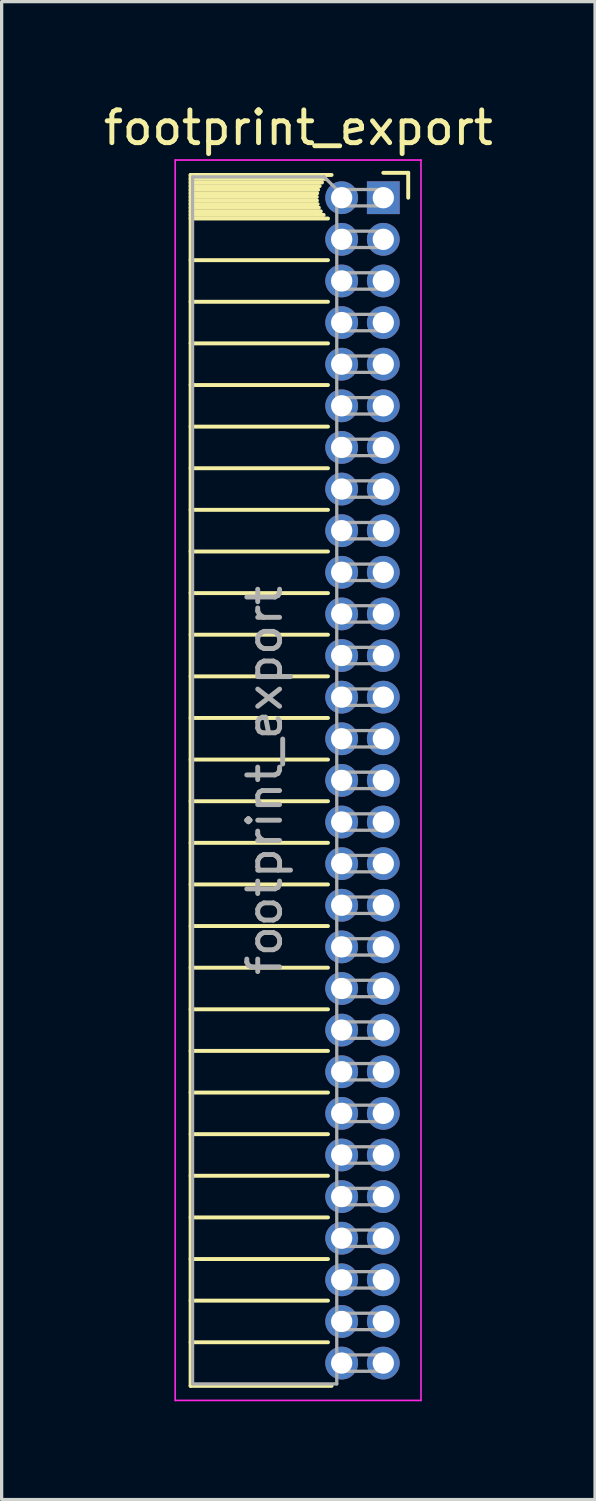
<source format=kicad_pcb>
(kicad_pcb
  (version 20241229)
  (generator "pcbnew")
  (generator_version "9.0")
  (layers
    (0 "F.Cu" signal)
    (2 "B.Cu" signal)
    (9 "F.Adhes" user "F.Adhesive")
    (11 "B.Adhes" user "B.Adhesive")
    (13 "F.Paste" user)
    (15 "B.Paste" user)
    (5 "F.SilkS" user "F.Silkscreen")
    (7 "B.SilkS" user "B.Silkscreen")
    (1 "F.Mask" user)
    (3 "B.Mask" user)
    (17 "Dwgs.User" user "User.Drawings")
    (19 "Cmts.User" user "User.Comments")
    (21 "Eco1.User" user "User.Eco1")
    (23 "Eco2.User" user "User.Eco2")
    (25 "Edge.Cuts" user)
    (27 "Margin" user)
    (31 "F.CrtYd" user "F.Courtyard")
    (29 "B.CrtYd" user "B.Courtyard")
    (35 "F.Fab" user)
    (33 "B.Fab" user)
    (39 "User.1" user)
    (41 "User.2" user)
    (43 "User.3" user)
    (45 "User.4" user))
  (footprint "footprint_export"
    (layer "F.Cu")
    (at 8.646 2.983)
    (property "Reference" "footprint_export" (at -2.592 -2.135 0) (layer "F.SilkS") (effects (font (size 1 1) (thickness 0.15))))
    (attr through_hole)
    (fp_line (start -5.88 -0.695) (end -5.88 36.255) (stroke (width 0.12) (type solid)) (layer "F.SilkS"))
    (fp_line (start -5.88 -0.695) (end -1.578 -0.695) (stroke (width 0.12) (type solid)) (layer "F.SilkS"))
    (fp_line (start -5.88 -0.575) (end -1.767 -0.575) (stroke (width 0.12) (type solid)) (layer "F.SilkS"))
    (fp_line (start -5.88 -0.465) (end -1.871 -0.465) (stroke (width 0.12) (type solid)) (layer "F.SilkS"))
    (fp_line (start -5.88 -0.355) (end -1.942 -0.355) (stroke (width 0.12) (type solid)) (layer "F.SilkS"))
    (fp_line (start -5.88 -0.245) (end -1.989 -0.245) (stroke (width 0.12) (type solid)) (layer "F.SilkS"))
    (fp_line (start -5.88 -0.135) (end -2.018 -0.135) (stroke (width 0.12) (type solid)) (layer "F.SilkS"))
    (fp_line (start -5.88 -0.025) (end -2.03 -0.025) (stroke (width 0.12) (type solid)) (layer "F.SilkS"))
    (fp_line (start -5.88 0.085) (end -2.025 0.085) (stroke (width 0.12) (type solid)) (layer "F.SilkS"))
    (fp_line (start -5.88 0.195) (end -2.005 0.195) (stroke (width 0.12) (type solid)) (layer "F.SilkS"))
    (fp_line (start -5.88 0.305) (end -1.966 0.305) (stroke (width 0.12) (type solid)) (layer "F.SilkS"))
    (fp_line (start -5.88 0.415) (end -1.907 0.415) (stroke (width 0.12) (type solid)) (layer "F.SilkS"))
    (fp_line (start -5.88 0.525) (end -1.82 0.525) (stroke (width 0.12) (type solid)) (layer "F.SilkS"))
    (fp_line (start -5.88 0.635) (end -1.688 0.635) (stroke (width 0.12) (type solid)) (layer "F.SilkS"))
    (fp_line (start -5.88 1.905) (end -1.688 1.905) (stroke (width 0.12) (type solid)) (layer "F.SilkS"))
    (fp_line (start -5.88 3.175) (end -1.688 3.175) (stroke (width 0.12) (type solid)) (layer "F.SilkS"))
    (fp_line (start -5.88 4.445) (end -1.688 4.445) (stroke (width 0.12) (type solid)) (layer "F.SilkS"))
    (fp_line (start -5.88 5.715) (end -1.688 5.715) (stroke (width 0.12) (type solid)) (layer "F.SilkS"))
    (fp_line (start -5.88 6.985) (end -1.688 6.985) (stroke (width 0.12) (type solid)) (layer "F.SilkS"))
    (fp_line (start -5.88 8.255) (end -1.688 8.255) (stroke (width 0.12) (type solid)) (layer "F.SilkS"))
    (fp_line (start -5.88 9.525) (end -1.688 9.525) (stroke (width 0.12) (type solid)) (layer "F.SilkS"))
    (fp_line (start -5.88 10.795) (end -1.688 10.795) (stroke (width 0.12) (type solid)) (layer "F.SilkS"))
    (fp_line (start -5.88 12.065) (end -1.688 12.065) (stroke (width 0.12) (type solid)) (layer "F.SilkS"))
    (fp_line (start -5.88 13.335) (end -1.688 13.335) (stroke (width 0.12) (type solid)) (layer "F.SilkS"))
    (fp_line (start -5.88 14.605) (end -1.688 14.605) (stroke (width 0.12) (type solid)) (layer "F.SilkS"))
    (fp_line (start -5.88 15.875) (end -1.688 15.875) (stroke (width 0.12) (type solid)) (layer "F.SilkS"))
    (fp_line (start -5.88 17.145) (end -1.688 17.145) (stroke (width 0.12) (type solid)) (layer "F.SilkS"))
    (fp_line (start -5.88 18.415) (end -1.688 18.415) (stroke (width 0.12) (type solid)) (layer "F.SilkS"))
    (fp_line (start -5.88 19.685) (end -1.688 19.685) (stroke (width 0.12) (type solid)) (layer "F.SilkS"))
    (fp_line (start -5.88 20.955) (end -1.688 20.955) (stroke (width 0.12) (type solid)) (layer "F.SilkS"))
    (fp_line (start -5.88 22.225) (end -1.688 22.225) (stroke (width 0.12) (type solid)) (layer "F.SilkS"))
    (fp_line (start -5.88 23.495) (end -1.688 23.495) (stroke (width 0.12) (type solid)) (layer "F.SilkS"))
    (fp_line (start -5.88 24.765) (end -1.688 24.765) (stroke (width 0.12) (type solid)) (layer "F.SilkS"))
    (fp_line (start -5.88 26.035) (end -1.688 26.035) (stroke (width 0.12) (type solid)) (layer "F.SilkS"))
    (fp_line (start -5.88 27.305) (end -1.688 27.305) (stroke (width 0.12) (type solid)) (layer "F.SilkS"))
    (fp_line (start -5.88 28.575) (end -1.688 28.575) (stroke (width 0.12) (type solid)) (layer "F.SilkS"))
    (fp_line (start -5.88 29.845) (end -1.688 29.845) (stroke (width 0.12) (type solid)) (layer "F.SilkS"))
    (fp_line (start -5.88 31.115) (end -1.688 31.115) (stroke (width 0.12) (type solid)) (layer "F.SilkS"))
    (fp_line (start -5.88 32.385) (end -1.688 32.385) (stroke (width 0.12) (type solid)) (layer "F.SilkS"))
    (fp_line (start -5.88 33.655) (end -1.688 33.655) (stroke (width 0.12) (type solid)) (layer "F.SilkS"))
    (fp_line (start -5.88 34.925) (end -1.688 34.925) (stroke (width 0.12) (type solid)) (layer "F.SilkS"))
    (fp_line (start -5.88 36.255) (end -1.578 36.255) (stroke (width 0.12) (type solid)) (layer "F.SilkS"))
    (fp_line (start 0 -0.76) (end 0.76 -0.76) (stroke (width 0.12) (type solid)) (layer "F.SilkS"))
    (fp_line (start 0.76 -0.76) (end 0.76 0) (stroke (width 0.12) (type solid)) (layer "F.SilkS"))
    (fp_line (start -6.35 -1.15) (end -6.35 36.7) (stroke (width 0.05) (type solid)) (layer "F.CrtYd"))
    (fp_line (start -6.35 36.7) (end 1.15 36.7) (stroke (width 0.05) (type solid)) (layer "F.CrtYd"))
    (fp_line (start 1.15 -1.15) (end -6.35 -1.15) (stroke (width 0.05) (type solid)) (layer "F.CrtYd"))
    (fp_line (start 1.15 36.7) (end 1.15 -1.15) (stroke (width 0.05) (type solid)) (layer "F.CrtYd"))
    (fp_line (start -5.82 -0.635) (end -1.805 -0.635) (stroke (width 0.1) (type solid)) (layer "F.Fab"))
    (fp_line (start -5.82 36.195) (end -5.82 -0.635) (stroke (width 0.1) (type solid)) (layer "F.Fab"))
    (fp_line (start -1.805 -0.635) (end -1.42 -0.25) (stroke (width 0.1) (type solid)) (layer "F.Fab"))
    (fp_line (start -1.42 -0.25) (end -1.42 36.195) (stroke (width 0.1) (type solid)) (layer "F.Fab"))
    (fp_line (start -1.42 0.25) (end 0 0.25) (stroke (width 0.1) (type solid)) (layer "F.Fab"))
    (fp_line (start -1.42 1.52) (end 0 1.52) (stroke (width 0.1) (type solid)) (layer "F.Fab"))
    (fp_line (start -1.42 2.79) (end 0 2.79) (stroke (width 0.1) (type solid)) (layer "F.Fab"))
    (fp_line (start -1.42 4.06) (end 0 4.06) (stroke (width 0.1) (type solid)) (layer "F.Fab"))
    (fp_line (start -1.42 5.33) (end 0 5.33) (stroke (width 0.1) (type solid)) (layer "F.Fab"))
    (fp_line (start -1.42 6.6) (end 0 6.6) (stroke (width 0.1) (type solid)) (layer "F.Fab"))
    (fp_line (start -1.42 7.87) (end 0 7.87) (stroke (width 0.1) (type solid)) (layer "F.Fab"))
    (fp_line (start -1.42 9.14) (end 0 9.14) (stroke (width 0.1) (type solid)) (layer "F.Fab"))
    (fp_line (start -1.42 10.41) (end 0 10.41) (stroke (width 0.1) (type solid)) (layer "F.Fab"))
    (fp_line (start -1.42 11.68) (end 0 11.68) (stroke (width 0.1) (type solid)) (layer "F.Fab"))
    (fp_line (start -1.42 12.95) (end 0 12.95) (stroke (width 0.1) (type solid)) (layer "F.Fab"))
    (fp_line (start -1.42 14.22) (end 0 14.22) (stroke (width 0.1) (type solid)) (layer "F.Fab"))
    (fp_line (start -1.42 15.49) (end 0 15.49) (stroke (width 0.1) (type solid)) (layer "F.Fab"))
    (fp_line (start -1.42 16.76) (end 0 16.76) (stroke (width 0.1) (type solid)) (layer "F.Fab"))
    (fp_line (start -1.42 18.03) (end 0 18.03) (stroke (width 0.1) (type solid)) (layer "F.Fab"))
    (fp_line (start -1.42 19.3) (end 0 19.3) (stroke (width 0.1) (type solid)) (layer "F.Fab"))
    (fp_line (start -1.42 20.57) (end 0 20.57) (stroke (width 0.1) (type solid)) (layer "F.Fab"))
    (fp_line (start -1.42 21.84) (end 0 21.84) (stroke (width 0.1) (type solid)) (layer "F.Fab"))
    (fp_line (start -1.42 23.11) (end 0 23.11) (stroke (width 0.1) (type solid)) (layer "F.Fab"))
    (fp_line (start -1.42 24.38) (end 0 24.38) (stroke (width 0.1) (type solid)) (layer "F.Fab"))
    (fp_line (start -1.42 25.65) (end 0 25.65) (stroke (width 0.1) (type solid)) (layer "F.Fab"))
    (fp_line (start -1.42 26.92) (end 0 26.92) (stroke (width 0.1) (type solid)) (layer "F.Fab"))
    (fp_line (start -1.42 28.19) (end 0 28.19) (stroke (width 0.1) (type solid)) (layer "F.Fab"))
    (fp_line (start -1.42 29.46) (end 0 29.46) (stroke (width 0.1) (type solid)) (layer "F.Fab"))
    (fp_line (start -1.42 30.73) (end 0 30.73) (stroke (width 0.1) (type solid)) (layer "F.Fab"))
    (fp_line (start -1.42 32) (end 0 32) (stroke (width 0.1) (type solid)) (layer "F.Fab"))
    (fp_line (start -1.42 33.27) (end 0 33.27) (stroke (width 0.1) (type solid)) (layer "F.Fab"))
    (fp_line (start -1.42 34.54) (end 0 34.54) (stroke (width 0.1) (type solid)) (layer "F.Fab"))
    (fp_line (start -1.42 35.81) (end 0 35.81) (stroke (width 0.1) (type solid)) (layer "F.Fab"))
    (fp_line (start -1.42 36.195) (end -5.82 36.195) (stroke (width 0.1) (type solid)) (layer "F.Fab"))
    (fp_line (start 0 -0.25) (end -1.42 -0.25) (stroke (width 0.1) (type solid)) (layer "F.Fab"))
    (fp_line (start 0 0.25) (end 0 -0.25) (stroke (width 0.1) (type solid)) (layer "F.Fab"))
    (fp_line (start 0 1.02) (end -1.42 1.02) (stroke (width 0.1) (type solid)) (layer "F.Fab"))
    (fp_line (start 0 1.52) (end 0 1.02) (stroke (width 0.1) (type solid)) (layer "F.Fab"))
    (fp_line (start 0 2.29) (end -1.42 2.29) (stroke (width 0.1) (type solid)) (layer "F.Fab"))
    (fp_line (start 0 2.79) (end 0 2.29) (stroke (width 0.1) (type solid)) (layer "F.Fab"))
    (fp_line (start 0 3.56) (end -1.42 3.56) (stroke (width 0.1) (type solid)) (layer "F.Fab"))
    (fp_line (start 0 4.06) (end 0 3.56) (stroke (width 0.1) (type solid)) (layer "F.Fab"))
    (fp_line (start 0 4.83) (end -1.42 4.83) (stroke (width 0.1) (type solid)) (layer "F.Fab"))
    (fp_line (start 0 5.33) (end 0 4.83) (stroke (width 0.1) (type solid)) (layer "F.Fab"))
    (fp_line (start 0 6.1) (end -1.42 6.1) (stroke (width 0.1) (type solid)) (layer "F.Fab"))
    (fp_line (start 0 6.6) (end 0 6.1) (stroke (width 0.1) (type solid)) (layer "F.Fab"))
    (fp_line (start 0 7.37) (end -1.42 7.37) (stroke (width 0.1) (type solid)) (layer "F.Fab"))
    (fp_line (start 0 7.87) (end 0 7.37) (stroke (width 0.1) (type solid)) (layer "F.Fab"))
    (fp_line (start 0 8.64) (end -1.42 8.64) (stroke (width 0.1) (type solid)) (layer "F.Fab"))
    (fp_line (start 0 9.14) (end 0 8.64) (stroke (width 0.1) (type solid)) (layer "F.Fab"))
    (fp_line (start 0 9.91) (end -1.42 9.91) (stroke (width 0.1) (type solid)) (layer "F.Fab"))
    (fp_line (start 0 10.41) (end 0 9.91) (stroke (width 0.1) (type solid)) (layer "F.Fab"))
    (fp_line (start 0 11.18) (end -1.42 11.18) (stroke (width 0.1) (type solid)) (layer "F.Fab"))
    (fp_line (start 0 11.68) (end 0 11.18) (stroke (width 0.1) (type solid)) (layer "F.Fab"))
    (fp_line (start 0 12.45) (end -1.42 12.45) (stroke (width 0.1) (type solid)) (layer "F.Fab"))
    (fp_line (start 0 12.95) (end 0 12.45) (stroke (width 0.1) (type solid)) (layer "F.Fab"))
    (fp_line (start 0 13.72) (end -1.42 13.72) (stroke (width 0.1) (type solid)) (layer "F.Fab"))
    (fp_line (start 0 14.22) (end 0 13.72) (stroke (width 0.1) (type solid)) (layer "F.Fab"))
    (fp_line (start 0 14.99) (end -1.42 14.99) (stroke (width 0.1) (type solid)) (layer "F.Fab"))
    (fp_line (start 0 15.49) (end 0 14.99) (stroke (width 0.1) (type solid)) (layer "F.Fab"))
    (fp_line (start 0 16.26) (end -1.42 16.26) (stroke (width 0.1) (type solid)) (layer "F.Fab"))
    (fp_line (start 0 16.76) (end 0 16.26) (stroke (width 0.1) (type solid)) (layer "F.Fab"))
    (fp_line (start 0 17.53) (end -1.42 17.53) (stroke (width 0.1) (type solid)) (layer "F.Fab"))
    (fp_line (start 0 18.03) (end 0 17.53) (stroke (width 0.1) (type solid)) (layer "F.Fab"))
    (fp_line (start 0 18.8) (end -1.42 18.8) (stroke (width 0.1) (type solid)) (layer "F.Fab"))
    (fp_line (start 0 19.3) (end 0 18.8) (stroke (width 0.1) (type solid)) (layer "F.Fab"))
    (fp_line (start 0 20.07) (end -1.42 20.07) (stroke (width 0.1) (type solid)) (layer "F.Fab"))
    (fp_line (start 0 20.57) (end 0 20.07) (stroke (width 0.1) (type solid)) (layer "F.Fab"))
    (fp_line (start 0 21.34) (end -1.42 21.34) (stroke (width 0.1) (type solid)) (layer "F.Fab"))
    (fp_line (start 0 21.84) (end 0 21.34) (stroke (width 0.1) (type solid)) (layer "F.Fab"))
    (fp_line (start 0 22.61) (end -1.42 22.61) (stroke (width 0.1) (type solid)) (layer "F.Fab"))
    (fp_line (start 0 23.11) (end 0 22.61) (stroke (width 0.1) (type solid)) (layer "F.Fab"))
    (fp_line (start 0 23.88) (end -1.42 23.88) (stroke (width 0.1) (type solid)) (layer "F.Fab"))
    (fp_line (start 0 24.38) (end 0 23.88) (stroke (width 0.1) (type solid)) (layer "F.Fab"))
    (fp_line (start 0 25.15) (end -1.42 25.15) (stroke (width 0.1) (type solid)) (layer "F.Fab"))
    (fp_line (start 0 25.65) (end 0 25.15) (stroke (width 0.1) (type solid)) (layer "F.Fab"))
    (fp_line (start 0 26.42) (end -1.42 26.42) (stroke (width 0.1) (type solid)) (layer "F.Fab"))
    (fp_line (start 0 26.92) (end 0 26.42) (stroke (width 0.1) (type solid)) (layer "F.Fab"))
    (fp_line (start 0 27.69) (end -1.42 27.69) (stroke (width 0.1) (type solid)) (layer "F.Fab"))
    (fp_line (start 0 28.19) (end 0 27.69) (stroke (width 0.1) (type solid)) (layer "F.Fab"))
    (fp_line (start 0 28.96) (end -1.42 28.96) (stroke (width 0.1) (type solid)) (layer "F.Fab"))
    (fp_line (start 0 29.46) (end 0 28.96) (stroke (width 0.1) (type solid)) (layer "F.Fab"))
    (fp_line (start 0 30.23) (end -1.42 30.23) (stroke (width 0.1) (type solid)) (layer "F.Fab"))
    (fp_line (start 0 30.73) (end 0 30.23) (stroke (width 0.1) (type solid)) (layer "F.Fab"))
    (fp_line (start 0 31.5) (end -1.42 31.5) (stroke (width 0.1) (type solid)) (layer "F.Fab"))
    (fp_line (start 0 32) (end 0 31.5) (stroke (width 0.1) (type solid)) (layer "F.Fab"))
    (fp_line (start 0 32.77) (end -1.42 32.77) (stroke (width 0.1) (type solid)) (layer "F.Fab"))
    (fp_line (start 0 33.27) (end 0 32.77) (stroke (width 0.1) (type solid)) (layer "F.Fab"))
    (fp_line (start 0 34.04) (end -1.42 34.04) (stroke (width 0.1) (type solid)) (layer "F.Fab"))
    (fp_line (start 0 34.54) (end 0 34.04) (stroke (width 0.1) (type solid)) (layer "F.Fab"))
    (fp_line (start 0 35.31) (end -1.42 35.31) (stroke (width 0.1) (type solid)) (layer "F.Fab"))
    (fp_line (start 0 35.81) (end 0 35.31) (stroke (width 0.1) (type solid)) (layer "F.Fab"))
    (fp_text user "${REFERENCE}" (at -3.62 17.78 90) (layer "F.Fab") (effects (font (size 1 1) (thickness 0.15))))
    (pad "1" thru_hole rect (at 0 0) (size 1 1) (drill 0.65) (layers "*.Cu" "*.Mask"))
    (pad "2" thru_hole oval (at -1.27 0) (size 1 1) (drill 0.65) (layers "*.Cu" "*.Mask"))
    (pad "3" thru_hole oval (at 0 1.27) (size 1 1) (drill 0.65) (layers "*.Cu" "*.Mask"))
    (pad "4" thru_hole oval (at -1.27 1.27) (size 1 1) (drill 0.65) (layers "*.Cu" "*.Mask"))
    (pad "5" thru_hole oval (at 0 2.54) (size 1 1) (drill 0.65) (layers "*.Cu" "*.Mask"))
    (pad "6" thru_hole oval (at -1.27 2.54) (size 1 1) (drill 0.65) (layers "*.Cu" "*.Mask"))
    (pad "7" thru_hole oval (at 0 3.81) (size 1 1) (drill 0.65) (layers "*.Cu" "*.Mask"))
    (pad "8" thru_hole oval (at -1.27 3.81) (size 1 1) (drill 0.65) (layers "*.Cu" "*.Mask"))
    (pad "9" thru_hole oval (at 0 5.08) (size 1 1) (drill 0.65) (layers "*.Cu" "*.Mask"))
    (pad "10" thru_hole oval (at -1.27 5.08) (size 1 1) (drill 0.65) (layers "*.Cu" "*.Mask"))
    (pad "11" thru_hole oval (at 0 6.35) (size 1 1) (drill 0.65) (layers "*.Cu" "*.Mask"))
    (pad "12" thru_hole oval (at -1.27 6.35) (size 1 1) (drill 0.65) (layers "*.Cu" "*.Mask"))
    (pad "13" thru_hole oval (at 0 7.62) (size 1 1) (drill 0.65) (layers "*.Cu" "*.Mask"))
    (pad "14" thru_hole oval (at -1.27 7.62) (size 1 1) (drill 0.65) (layers "*.Cu" "*.Mask"))
    (pad "15" thru_hole oval (at 0 8.89) (size 1 1) (drill 0.65) (layers "*.Cu" "*.Mask"))
    (pad "16" thru_hole oval (at -1.27 8.89) (size 1 1) (drill 0.65) (layers "*.Cu" "*.Mask"))
    (pad "17" thru_hole oval (at 0 10.16) (size 1 1) (drill 0.65) (layers "*.Cu" "*.Mask"))
    (pad "18" thru_hole oval (at -1.27 10.16) (size 1 1) (drill 0.65) (layers "*.Cu" "*.Mask"))
    (pad "19" thru_hole oval (at 0 11.43) (size 1 1) (drill 0.65) (layers "*.Cu" "*.Mask"))
    (pad "20" thru_hole oval (at -1.27 11.43) (size 1 1) (drill 0.65) (layers "*.Cu" "*.Mask"))
    (pad "21" thru_hole oval (at 0 12.7) (size 1 1) (drill 0.65) (layers "*.Cu" "*.Mask"))
    (pad "22" thru_hole oval (at -1.27 12.7) (size 1 1) (drill 0.65) (layers "*.Cu" "*.Mask"))
    (pad "23" thru_hole oval (at 0 13.97) (size 1 1) (drill 0.65) (layers "*.Cu" "*.Mask"))
    (pad "24" thru_hole oval (at -1.27 13.97) (size 1 1) (drill 0.65) (layers "*.Cu" "*.Mask"))
    (pad "25" thru_hole oval (at 0 15.24) (size 1 1) (drill 0.65) (layers "*.Cu" "*.Mask"))
    (pad "26" thru_hole oval (at -1.27 15.24) (size 1 1) (drill 0.65) (layers "*.Cu" "*.Mask"))
    (pad "27" thru_hole oval (at 0 16.51) (size 1 1) (drill 0.65) (layers "*.Cu" "*.Mask"))
    (pad "28" thru_hole oval (at -1.27 16.51) (size 1 1) (drill 0.65) (layers "*.Cu" "*.Mask"))
    (pad "29" thru_hole oval (at 0 17.78) (size 1 1) (drill 0.65) (layers "*.Cu" "*.Mask"))
    (pad "30" thru_hole oval (at -1.27 17.78) (size 1 1) (drill 0.65) (layers "*.Cu" "*.Mask"))
    (pad "31" thru_hole oval (at 0 19.05) (size 1 1) (drill 0.65) (layers "*.Cu" "*.Mask"))
    (pad "32" thru_hole oval (at -1.27 19.05) (size 1 1) (drill 0.65) (layers "*.Cu" "*.Mask"))
    (pad "33" thru_hole oval (at 0 20.32) (size 1 1) (drill 0.65) (layers "*.Cu" "*.Mask"))
    (pad "34" thru_hole oval (at -1.27 20.32) (size 1 1) (drill 0.65) (layers "*.Cu" "*.Mask"))
    (pad "35" thru_hole oval (at 0 21.59) (size 1 1) (drill 0.65) (layers "*.Cu" "*.Mask"))
    (pad "36" thru_hole oval (at -1.27 21.59) (size 1 1) (drill 0.65) (layers "*.Cu" "*.Mask"))
    (pad "37" thru_hole oval (at 0 22.86) (size 1 1) (drill 0.65) (layers "*.Cu" "*.Mask"))
    (pad "38" thru_hole oval (at -1.27 22.86) (size 1 1) (drill 0.65) (layers "*.Cu" "*.Mask"))
    (pad "39" thru_hole oval (at 0 24.13) (size 1 1) (drill 0.65) (layers "*.Cu" "*.Mask"))
    (pad "40" thru_hole oval (at -1.27 24.13) (size 1 1) (drill 0.65) (layers "*.Cu" "*.Mask"))
    (pad "41" thru_hole oval (at 0 25.4) (size 1 1) (drill 0.65) (layers "*.Cu" "*.Mask"))
    (pad "42" thru_hole oval (at -1.27 25.4) (size 1 1) (drill 0.65) (layers "*.Cu" "*.Mask"))
    (pad "43" thru_hole oval (at 0 26.67) (size 1 1) (drill 0.65) (layers "*.Cu" "*.Mask"))
    (pad "44" thru_hole oval (at -1.27 26.67) (size 1 1) (drill 0.65) (layers "*.Cu" "*.Mask"))
    (pad "45" thru_hole oval (at 0 27.94) (size 1 1) (drill 0.65) (layers "*.Cu" "*.Mask"))
    (pad "46" thru_hole oval (at -1.27 27.94) (size 1 1) (drill 0.65) (layers "*.Cu" "*.Mask"))
    (pad "47" thru_hole oval (at 0 29.21) (size 1 1) (drill 0.65) (layers "*.Cu" "*.Mask"))
    (pad "48" thru_hole oval (at -1.27 29.21) (size 1 1) (drill 0.65) (layers "*.Cu" "*.Mask"))
    (pad "49" thru_hole oval (at 0 30.48) (size 1 1) (drill 0.65) (layers "*.Cu" "*.Mask"))
    (pad "50" thru_hole oval (at -1.27 30.48) (size 1 1) (drill 0.65) (layers "*.Cu" "*.Mask"))
    (pad "51" thru_hole oval (at 0 31.75) (size 1 1) (drill 0.65) (layers "*.Cu" "*.Mask"))
    (pad "52" thru_hole oval (at -1.27 31.75) (size 1 1) (drill 0.65) (layers "*.Cu" "*.Mask"))
    (pad "53" thru_hole oval (at 0 33.02) (size 1 1) (drill 0.65) (layers "*.Cu" "*.Mask"))
    (pad "54" thru_hole oval (at -1.27 33.02) (size 1 1) (drill 0.65) (layers "*.Cu" "*.Mask"))
    (pad "55" thru_hole oval (at 0 34.29) (size 1 1) (drill 0.65) (layers "*.Cu" "*.Mask"))
    (pad "56" thru_hole oval (at -1.27 34.29) (size 1 1) (drill 0.65) (layers "*.Cu" "*.Mask"))
    (pad "57" thru_hole oval (at 0 35.56) (size 1 1) (drill 0.65) (layers "*.Cu" "*.Mask"))
    (pad "58" thru_hole oval (at -1.27 35.56) (size 1 1) (drill 0.65) (layers "*.Cu" "*.Mask")))
  (gr_rect
    (start -3 -3)
    (end 15.107 42.708)
    (stroke (width 0.1) (type default))
    (fill no)
    (layer "Edge.Cuts")))
</source>
